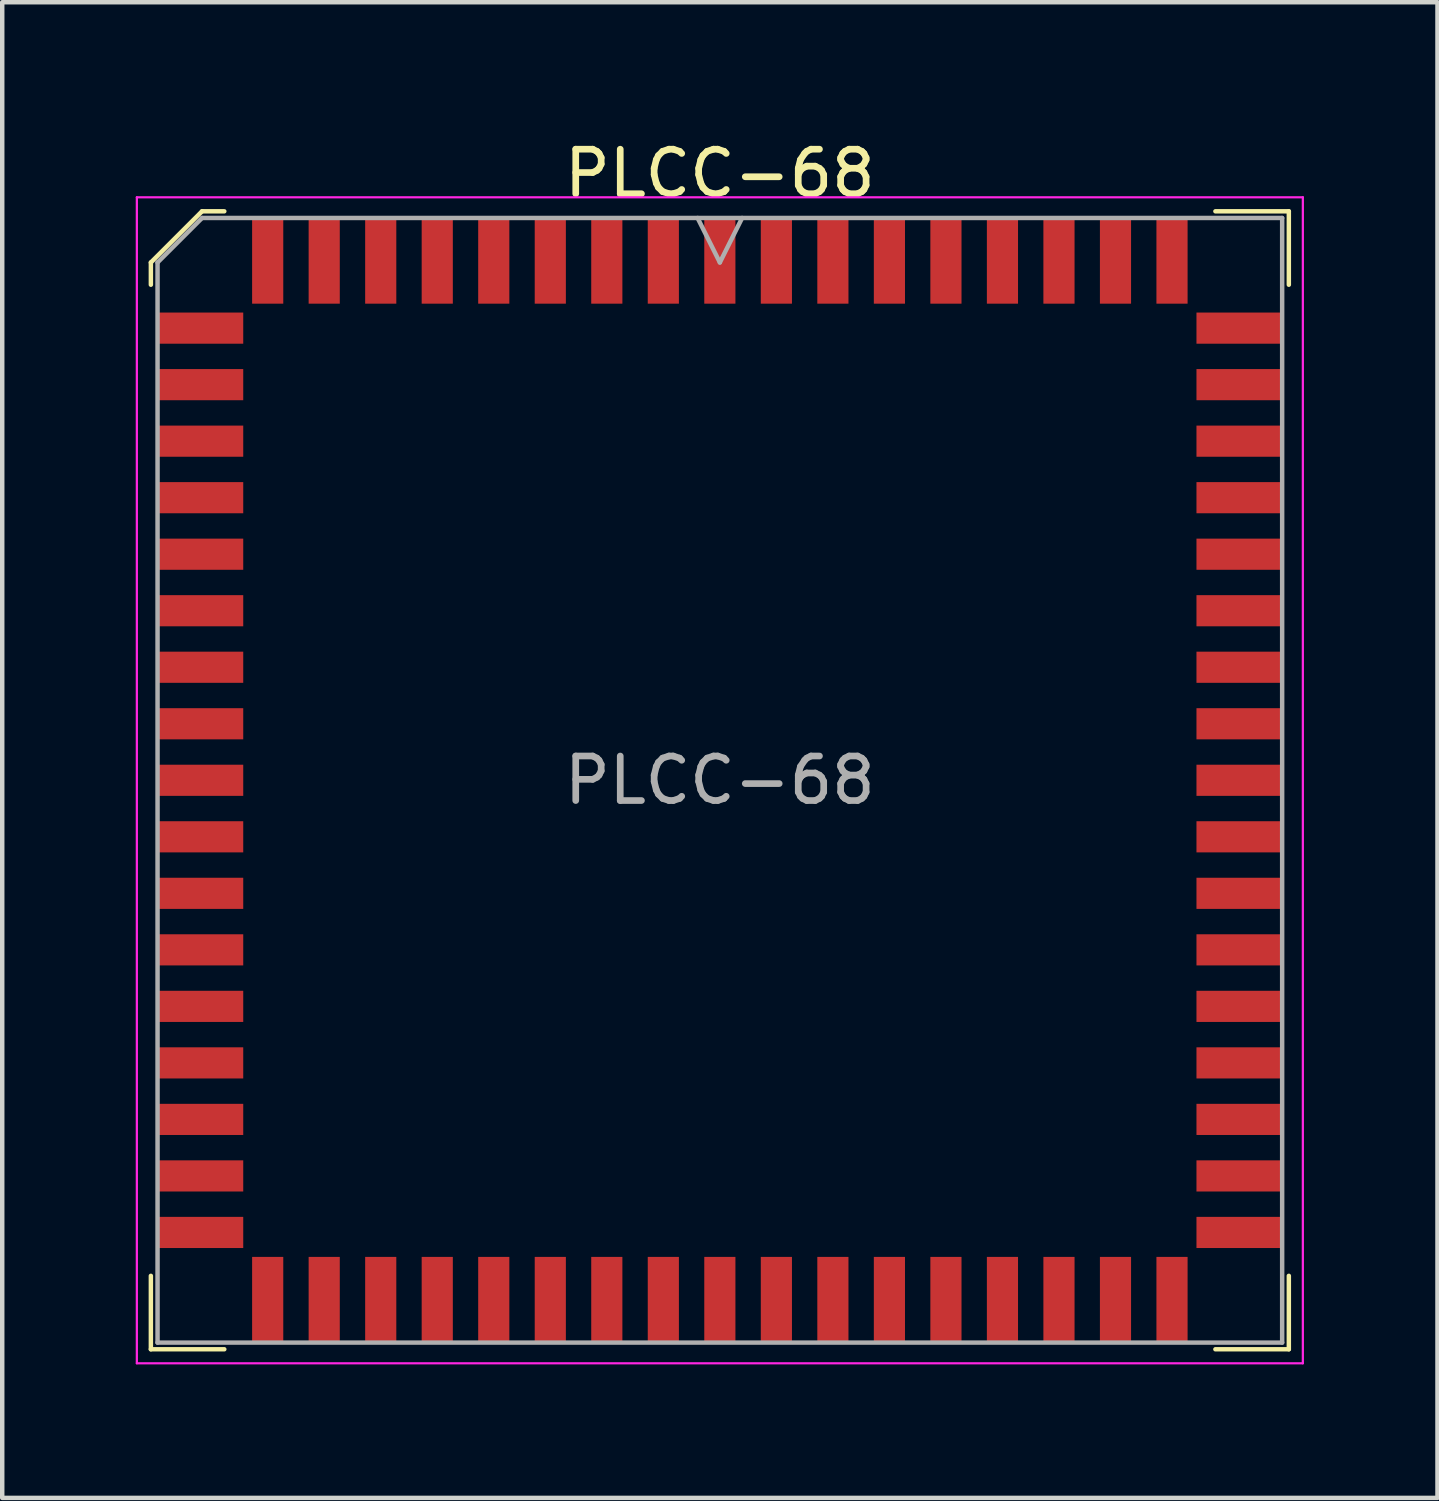
<source format=kicad_pcb>
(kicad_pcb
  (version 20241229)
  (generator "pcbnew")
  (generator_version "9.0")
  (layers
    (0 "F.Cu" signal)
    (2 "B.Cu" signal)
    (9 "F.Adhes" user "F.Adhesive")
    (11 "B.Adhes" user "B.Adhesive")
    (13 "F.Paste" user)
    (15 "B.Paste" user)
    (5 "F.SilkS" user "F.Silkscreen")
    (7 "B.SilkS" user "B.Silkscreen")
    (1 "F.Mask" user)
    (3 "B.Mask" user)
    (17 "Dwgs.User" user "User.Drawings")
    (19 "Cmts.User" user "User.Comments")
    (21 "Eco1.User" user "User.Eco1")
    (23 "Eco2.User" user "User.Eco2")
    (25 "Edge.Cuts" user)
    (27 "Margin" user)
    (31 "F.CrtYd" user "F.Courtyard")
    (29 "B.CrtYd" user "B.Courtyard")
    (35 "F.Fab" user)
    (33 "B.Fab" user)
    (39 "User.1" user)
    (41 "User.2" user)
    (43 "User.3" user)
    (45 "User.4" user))
  (footprint "PLCC-68"
    (layer "F.Cu")
    (at 13.125 14.483)
    (property "Reference" "PLCC-68" (at 0 -13.635 0) (layer "F.SilkS") (effects (font (size 1 1) (thickness 0.15))))
    (attr smd)
    (fp_line (start -12.785 -11.635) (end -12.785 -11.135) (stroke (width 0.1) (type solid)) (layer "F.SilkS"))
    (fp_line (start -12.785 12.785) (end -12.785 11.135) (stroke (width 0.1) (type solid)) (layer "F.SilkS"))
    (fp_line (start -11.635 -12.785) (end -12.785 -11.635) (stroke (width 0.1) (type solid)) (layer "F.SilkS"))
    (fp_line (start -11.135 -12.785) (end -11.635 -12.785) (stroke (width 0.1) (type solid)) (layer "F.SilkS"))
    (fp_line (start -11.135 12.785) (end -12.785 12.785) (stroke (width 0.1) (type solid)) (layer "F.SilkS"))
    (fp_line (start 11.135 -12.785) (end 12.785 -12.785) (stroke (width 0.1) (type solid)) (layer "F.SilkS"))
    (fp_line (start 11.135 12.785) (end 12.785 12.785) (stroke (width 0.1) (type solid)) (layer "F.SilkS"))
    (fp_line (start 12.785 -12.785) (end 12.785 -11.135) (stroke (width 0.1) (type solid)) (layer "F.SilkS"))
    (fp_line (start 12.785 12.785) (end 12.785 11.135) (stroke (width 0.1) (type solid)) (layer "F.SilkS"))
    (fp_line (start -13.1 -13.1) (end -13.1 13.1) (stroke (width 0.05) (type solid)) (layer "F.CrtYd"))
    (fp_line (start -13.1 13.1) (end 13.1 13.1) (stroke (width 0.05) (type solid)) (layer "F.CrtYd"))
    (fp_line (start 13.1 -13.1) (end -13.1 -13.1) (stroke (width 0.05) (type solid)) (layer "F.CrtYd"))
    (fp_line (start 13.1 13.1) (end 13.1 -13.1) (stroke (width 0.05) (type solid)) (layer "F.CrtYd"))
    (fp_line (start -12.635 -11.635) (end -12.635 12.635) (stroke (width 0.1) (type solid)) (layer "F.Fab"))
    (fp_line (start -12.635 12.635) (end 12.635 12.635) (stroke (width 0.1) (type solid)) (layer "F.Fab"))
    (fp_line (start -11.635 -12.635) (end -12.635 -11.635) (stroke (width 0.1) (type solid)) (layer "F.Fab"))
    (fp_line (start -0.5 -12.635) (end 0 -11.635) (stroke (width 0.1) (type solid)) (layer "F.Fab"))
    (fp_line (start 0 -11.635) (end 0.5 -12.635) (stroke (width 0.1) (type solid)) (layer "F.Fab"))
    (fp_line (start 12.635 -12.635) (end -11.635 -12.635) (stroke (width 0.1) (type solid)) (layer "F.Fab"))
    (fp_line (start 12.635 12.635) (end 12.635 -12.635) (stroke (width 0.1) (type solid)) (layer "F.Fab"))
    (fp_text user "${REFERENCE}" (at 0 0 0) (layer "F.Fab") (effects (font (size 1 1) (thickness 0.15))))
    (pad "1" smd rect (at 0 -11.672) (size 0.7 1.925) (layers "F.Cu" "F.Mask" "F.Paste"))
    (pad "2" smd rect (at -1.27 -11.672) (size 0.7 1.925) (layers "F.Cu" "F.Mask" "F.Paste"))
    (pad "3" smd rect (at -2.54 -11.672) (size 0.7 1.925) (layers "F.Cu" "F.Mask" "F.Paste"))
    (pad "4" smd rect (at -3.81 -11.672) (size 0.7 1.925) (layers "F.Cu" "F.Mask" "F.Paste"))
    (pad "5" smd rect (at -5.08 -11.672) (size 0.7 1.925) (layers "F.Cu" "F.Mask" "F.Paste"))
    (pad "6" smd rect (at -6.35 -11.672) (size 0.7 1.925) (layers "F.Cu" "F.Mask" "F.Paste"))
    (pad "7" smd rect (at -7.62 -11.672) (size 0.7 1.925) (layers "F.Cu" "F.Mask" "F.Paste"))
    (pad "8" smd rect (at -8.89 -11.672) (size 0.7 1.925) (layers "F.Cu" "F.Mask" "F.Paste"))
    (pad "9" smd rect (at -10.16 -11.672) (size 0.7 1.925) (layers "F.Cu" "F.Mask" "F.Paste"))
    (pad "10" smd rect (at -11.672 -10.16) (size 1.925 0.7) (layers "F.Cu" "F.Mask" "F.Paste"))
    (pad "11" smd rect (at -11.672 -8.89) (size 1.925 0.7) (layers "F.Cu" "F.Mask" "F.Paste"))
    (pad "12" smd rect (at -11.672 -7.62) (size 1.925 0.7) (layers "F.Cu" "F.Mask" "F.Paste"))
    (pad "13" smd rect (at -11.672 -6.35) (size 1.925 0.7) (layers "F.Cu" "F.Mask" "F.Paste"))
    (pad "14" smd rect (at -11.672 -5.08) (size 1.925 0.7) (layers "F.Cu" "F.Mask" "F.Paste"))
    (pad "15" smd rect (at -11.672 -3.81) (size 1.925 0.7) (layers "F.Cu" "F.Mask" "F.Paste"))
    (pad "16" smd rect (at -11.672 -2.54) (size 1.925 0.7) (layers "F.Cu" "F.Mask" "F.Paste"))
    (pad "17" smd rect (at -11.672 -1.27) (size 1.925 0.7) (layers "F.Cu" "F.Mask" "F.Paste"))
    (pad "18" smd rect (at -11.672 0) (size 1.925 0.7) (layers "F.Cu" "F.Mask" "F.Paste"))
    (pad "19" smd rect (at -11.672 1.27) (size 1.925 0.7) (layers "F.Cu" "F.Mask" "F.Paste"))
    (pad "20" smd rect (at -11.672 2.54) (size 1.925 0.7) (layers "F.Cu" "F.Mask" "F.Paste"))
    (pad "21" smd rect (at -11.672 3.81) (size 1.925 0.7) (layers "F.Cu" "F.Mask" "F.Paste"))
    (pad "22" smd rect (at -11.672 5.08) (size 1.925 0.7) (layers "F.Cu" "F.Mask" "F.Paste"))
    (pad "23" smd rect (at -11.672 6.35) (size 1.925 0.7) (layers "F.Cu" "F.Mask" "F.Paste"))
    (pad "24" smd rect (at -11.672 7.62) (size 1.925 0.7) (layers "F.Cu" "F.Mask" "F.Paste"))
    (pad "25" smd rect (at -11.672 8.89) (size 1.925 0.7) (layers "F.Cu" "F.Mask" "F.Paste"))
    (pad "26" smd rect (at -11.672 10.16) (size 1.925 0.7) (layers "F.Cu" "F.Mask" "F.Paste"))
    (pad "27" smd rect (at -10.16 11.672) (size 0.7 1.925) (layers "F.Cu" "F.Mask" "F.Paste"))
    (pad "28" smd rect (at -8.89 11.672) (size 0.7 1.925) (layers "F.Cu" "F.Mask" "F.Paste"))
    (pad "29" smd rect (at -7.62 11.672) (size 0.7 1.925) (layers "F.Cu" "F.Mask" "F.Paste"))
    (pad "30" smd rect (at -6.35 11.672) (size 0.7 1.925) (layers "F.Cu" "F.Mask" "F.Paste"))
    (pad "31" smd rect (at -5.08 11.672) (size 0.7 1.925) (layers "F.Cu" "F.Mask" "F.Paste"))
    (pad "32" smd rect (at -3.81 11.672) (size 0.7 1.925) (layers "F.Cu" "F.Mask" "F.Paste"))
    (pad "33" smd rect (at -2.54 11.672) (size 0.7 1.925) (layers "F.Cu" "F.Mask" "F.Paste"))
    (pad "34" smd rect (at -1.27 11.672) (size 0.7 1.925) (layers "F.Cu" "F.Mask" "F.Paste"))
    (pad "35" smd rect (at 0 11.672) (size 0.7 1.925) (layers "F.Cu" "F.Mask" "F.Paste"))
    (pad "36" smd rect (at 1.27 11.672) (size 0.7 1.925) (layers "F.Cu" "F.Mask" "F.Paste"))
    (pad "37" smd rect (at 2.54 11.672) (size 0.7 1.925) (layers "F.Cu" "F.Mask" "F.Paste"))
    (pad "38" smd rect (at 3.81 11.672) (size 0.7 1.925) (layers "F.Cu" "F.Mask" "F.Paste"))
    (pad "39" smd rect (at 5.08 11.672) (size 0.7 1.925) (layers "F.Cu" "F.Mask" "F.Paste"))
    (pad "40" smd rect (at 6.35 11.672) (size 0.7 1.925) (layers "F.Cu" "F.Mask" "F.Paste"))
    (pad "41" smd rect (at 7.62 11.672) (size 0.7 1.925) (layers "F.Cu" "F.Mask" "F.Paste"))
    (pad "42" smd rect (at 8.89 11.672) (size 0.7 1.925) (layers "F.Cu" "F.Mask" "F.Paste"))
    (pad "43" smd rect (at 10.16 11.672) (size 0.7 1.925) (layers "F.Cu" "F.Mask" "F.Paste"))
    (pad "44" smd rect (at 11.672 10.16) (size 1.925 0.7) (layers "F.Cu" "F.Mask" "F.Paste"))
    (pad "45" smd rect (at 11.672 8.89) (size 1.925 0.7) (layers "F.Cu" "F.Mask" "F.Paste"))
    (pad "46" smd rect (at 11.672 7.62) (size 1.925 0.7) (layers "F.Cu" "F.Mask" "F.Paste"))
    (pad "47" smd rect (at 11.672 6.35) (size 1.925 0.7) (layers "F.Cu" "F.Mask" "F.Paste"))
    (pad "48" smd rect (at 11.672 5.08) (size 1.925 0.7) (layers "F.Cu" "F.Mask" "F.Paste"))
    (pad "49" smd rect (at 11.672 3.81) (size 1.925 0.7) (layers "F.Cu" "F.Mask" "F.Paste"))
    (pad "50" smd rect (at 11.672 2.54) (size 1.925 0.7) (layers "F.Cu" "F.Mask" "F.Paste"))
    (pad "51" smd rect (at 11.672 1.27) (size 1.925 0.7) (layers "F.Cu" "F.Mask" "F.Paste"))
    (pad "52" smd rect (at 11.672 0) (size 1.925 0.7) (layers "F.Cu" "F.Mask" "F.Paste"))
    (pad "53" smd rect (at 11.672 -1.27) (size 1.925 0.7) (layers "F.Cu" "F.Mask" "F.Paste"))
    (pad "54" smd rect (at 11.672 -2.54) (size 1.925 0.7) (layers "F.Cu" "F.Mask" "F.Paste"))
    (pad "55" smd rect (at 11.672 -3.81) (size 1.925 0.7) (layers "F.Cu" "F.Mask" "F.Paste"))
    (pad "56" smd rect (at 11.672 -5.08) (size 1.925 0.7) (layers "F.Cu" "F.Mask" "F.Paste"))
    (pad "57" smd rect (at 11.672 -6.35) (size 1.925 0.7) (layers "F.Cu" "F.Mask" "F.Paste"))
    (pad "58" smd rect (at 11.672 -7.62) (size 1.925 0.7) (layers "F.Cu" "F.Mask" "F.Paste"))
    (pad "59" smd rect (at 11.672 -8.89) (size 1.925 0.7) (layers "F.Cu" "F.Mask" "F.Paste"))
    (pad "60" smd rect (at 11.672 -10.16) (size 1.925 0.7) (layers "F.Cu" "F.Mask" "F.Paste"))
    (pad "61" smd rect (at 10.16 -11.672) (size 0.7 1.925) (layers "F.Cu" "F.Mask" "F.Paste"))
    (pad "62" smd rect (at 8.89 -11.672) (size 0.7 1.925) (layers "F.Cu" "F.Mask" "F.Paste"))
    (pad "63" smd rect (at 7.62 -11.672) (size 0.7 1.925) (layers "F.Cu" "F.Mask" "F.Paste"))
    (pad "64" smd rect (at 6.35 -11.672) (size 0.7 1.925) (layers "F.Cu" "F.Mask" "F.Paste"))
    (pad "65" smd rect (at 5.08 -11.672) (size 0.7 1.925) (layers "F.Cu" "F.Mask" "F.Paste"))
    (pad "66" smd rect (at 3.81 -11.672) (size 0.7 1.925) (layers "F.Cu" "F.Mask" "F.Paste"))
    (pad "67" smd rect (at 2.54 -11.672) (size 0.7 1.925) (layers "F.Cu" "F.Mask" "F.Paste"))
    (pad "68" smd rect (at 1.27 -11.672) (size 0.7 1.925) (layers "F.Cu" "F.Mask" "F.Paste")))
  (gr_rect
    (start -3 -3)
    (end 29.25 30.608)
    (stroke (width 0.1) (type default))
    (fill no)
    (layer "Edge.Cuts")))
</source>
